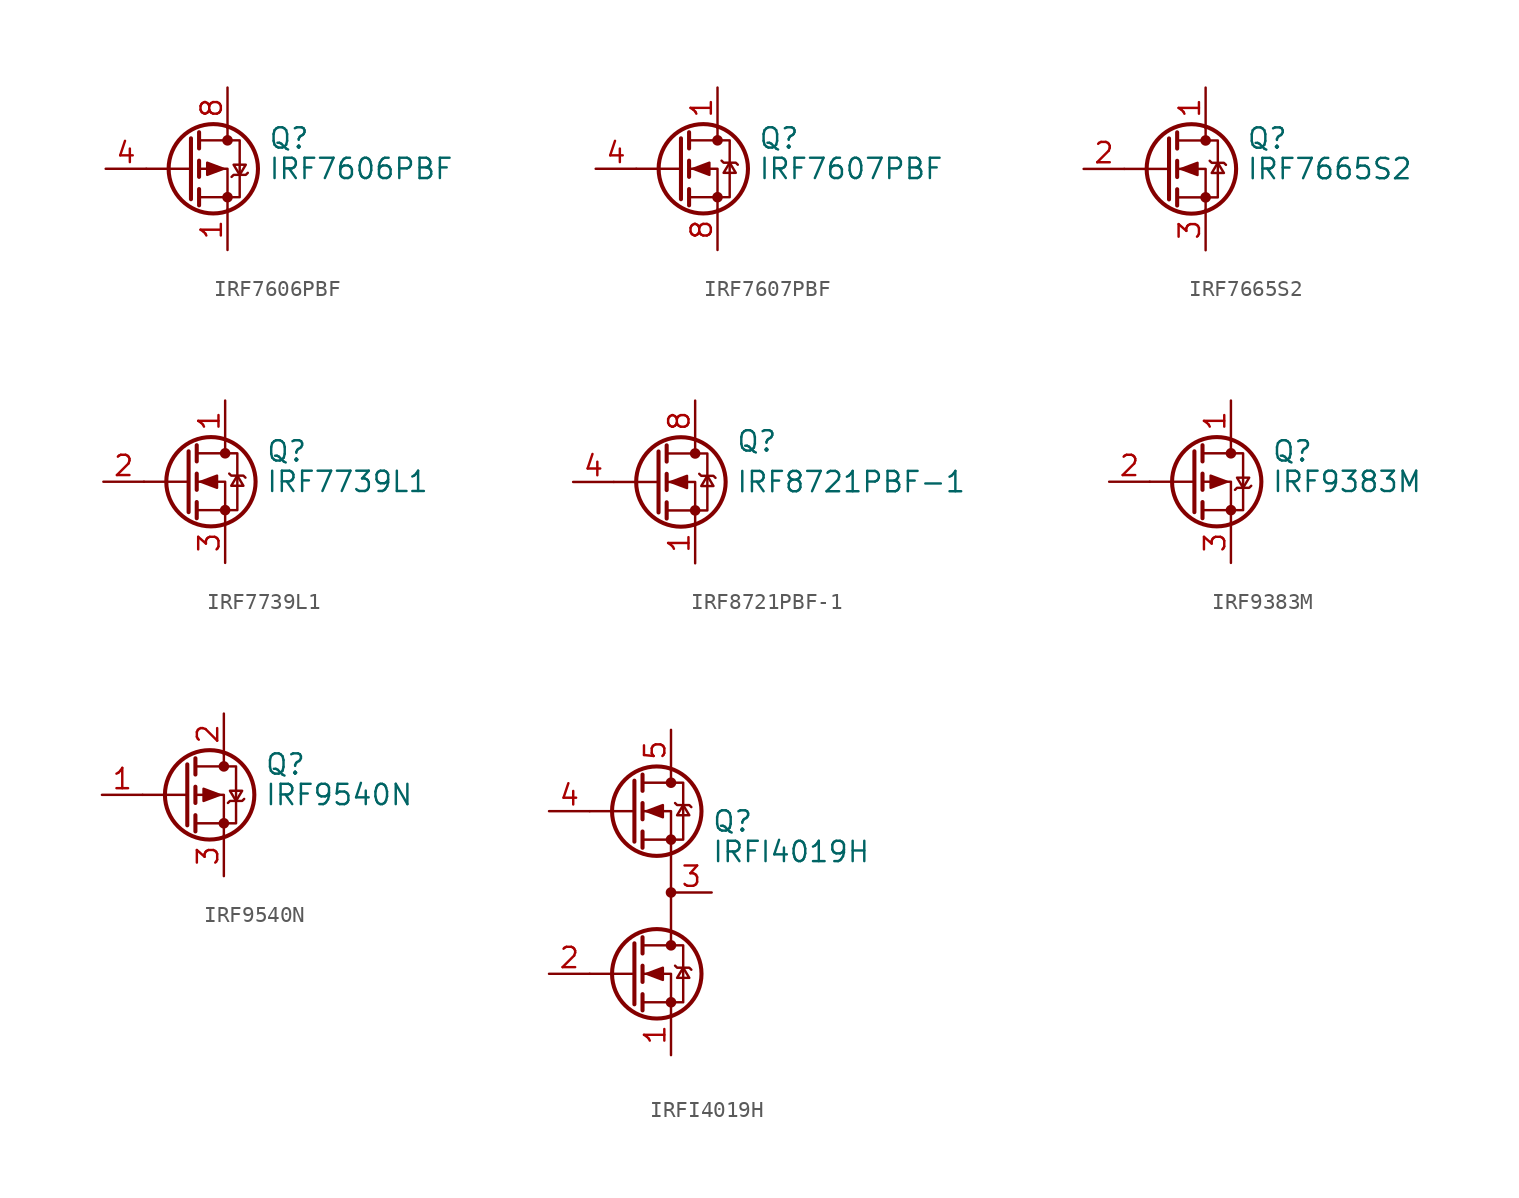
<source format=kicad_sym>
(kicad_symbol_lib
  (version 20210619)
  (generator kicad_symbol_editor)
  (symbol "Transistor_FET:IRF7606PBF"
    (pin_names hide)
    (property "Reference" "Q"
      (at 5.08 1.905 0)
      (effects (font (size 1.27 1.27)) (justify left)))
    (property "Value" "IRF7606PBF"
      (at 5.08 0 0)
      (effects (font (size 1.27 1.27)) (justify left)))
    (symbol "IRF7606PBF_0_1"
      (circle (center 1.651 0) (radius 2.794) (stroke (width 0.254)) (fill (type none)))
      (circle (center 2.54 -1.778) (radius 0.254) (stroke (width 0)) (fill (type outline)))
      (circle (center 2.54 1.778) (radius 0.254) (stroke (width 0)) (fill (type outline)))
      (polyline (pts (xy 0.254 0) (xy -2.54 0)) (stroke (width 0)) (fill (type none)))
      (polyline (pts (xy 0.254 1.905) (xy 0.254 -1.905)) (stroke (width 0.254)) (fill (type none)))
      (polyline (pts (xy 0.762 -1.27) (xy 0.762 -2.286)) (stroke (width 0.254)) (fill (type none)))
      (polyline (pts (xy 0.762 0.508) (xy 0.762 -0.508)) (stroke (width 0.254)) (fill (type none)))
      (polyline (pts (xy 0.762 2.286) (xy 0.762 1.27)) (stroke (width 0.254)) (fill (type none)))
      (polyline (pts (xy 2.54 2.54) (xy 2.54 1.778)) (stroke (width 0)) (fill (type none)))
      (polyline (pts (xy 2.54 -2.54) (xy 2.54 0) (xy 0.762 0)) (stroke (width 0)) (fill (type none)))
      (polyline (pts (xy 0.762 1.778) (xy 3.302 1.778) (xy 3.302 -1.778) (xy 0.762 -1.778)) (stroke (width 0)) (fill (type none)))
      (polyline (pts (xy 2.794 -0.508) (xy 2.921 -0.381) (xy 3.683 -0.381) (xy 3.81 -0.254)) (stroke (width 0)) (fill (type none)))
      (polyline (pts (xy 3.302 -0.381) (xy 2.921 0.254) (xy 3.683 0.254) (xy 3.302 -0.381)) (stroke (width 0)) (fill (type none)))
      (polyline (pts (xy 2.286 0) (xy 1.27 0.381) (xy 1.27 -0.381) (xy 2.286 0)) (stroke (width 0)) (fill (type outline))))
    (symbol "IRF7606PBF_1_1"
      (pin passive line (at 2.54 -5.08 90) (length 2.54) (name "S" (effects (font (size 1.27 1.27)))) (number "1" (effects (font (size 1.27 1.27)))))
      (pin passive line (at 2.54 -5.08 90) (length 2.54) hide (name "S" (effects (font (size 1.27 1.27)))) (number "2" (effects (font (size 1.27 1.27)))))
      (pin passive line (at 2.54 -5.08 90) (length 2.54) hide (name "S" (effects (font (size 1.27 1.27)))) (number "3" (effects (font (size 1.27 1.27)))))
      (pin passive line (at -5.08 0 0) (length 2.54) (name "G" (effects (font (size 1.27 1.27)))) (number "4" (effects (font (size 1.27 1.27)))))
      (pin passive line (at 2.54 5.08 270) (length 2.54) hide (name "D" (effects (font (size 1.27 1.27)))) (number "5" (effects (font (size 1.27 1.27)))))
      (pin passive line (at 2.54 5.08 270) (length 2.54) hide (name "D" (effects (font (size 1.27 1.27)))) (number "6" (effects (font (size 1.27 1.27)))))
      (pin passive line (at 2.54 5.08 270) (length 2.54) hide (name "D" (effects (font (size 1.27 1.27)))) (number "7" (effects (font (size 1.27 1.27)))))
      (pin passive line (at 2.54 5.08 270) (length 2.54) (name "D" (effects (font (size 1.27 1.27)))) (number "8" (effects (font (size 1.27 1.27)))))))
  (symbol "Transistor_FET:IRF7607PBF"
    (pin_names hide)
    (property "Reference" "Q"
      (at 5.08 1.905 0)
      (effects (font (size 1.27 1.27)) (justify left)))
    (property "Value" "IRF7607PBF"
      (at 5.08 0 0)
      (effects (font (size 1.27 1.27)) (justify left)))
    (symbol "IRF7607PBF_0_1"
      (circle (center 1.651 0) (radius 2.794) (stroke (width 0.254)) (fill (type none)))
      (circle (center 2.54 -1.778) (radius 0.254) (stroke (width 0)) (fill (type outline)))
      (circle (center 2.54 1.778) (radius 0.254) (stroke (width 0)) (fill (type outline)))
      (polyline (pts (xy 0.254 0) (xy -2.54 0)) (stroke (width 0)) (fill (type none)))
      (polyline (pts (xy 0.254 1.905) (xy 0.254 -1.905)) (stroke (width 0.254)) (fill (type none)))
      (polyline (pts (xy 0.762 -1.27) (xy 0.762 -2.286)) (stroke (width 0.254)) (fill (type none)))
      (polyline (pts (xy 0.762 0.508) (xy 0.762 -0.508)) (stroke (width 0.254)) (fill (type none)))
      (polyline (pts (xy 0.762 2.286) (xy 0.762 1.27)) (stroke (width 0.254)) (fill (type none)))
      (polyline (pts (xy 2.54 2.54) (xy 2.54 1.778)) (stroke (width 0)) (fill (type none)))
      (polyline (pts (xy 2.54 -2.54) (xy 2.54 0) (xy 0.762 0)) (stroke (width 0)) (fill (type none)))
      (polyline (pts (xy 0.762 -1.778) (xy 3.302 -1.778) (xy 3.302 1.778) (xy 0.762 1.778)) (stroke (width 0)) (fill (type none)))
      (polyline (pts (xy 2.794 0.508) (xy 2.921 0.381) (xy 3.683 0.381) (xy 3.81 0.254)) (stroke (width 0)) (fill (type none)))
      (polyline (pts (xy 3.302 0.381) (xy 2.921 -0.254) (xy 3.683 -0.254) (xy 3.302 0.381)) (stroke (width 0)) (fill (type none)))
      (polyline (pts (xy 1.016 0) (xy 2.032 0.381) (xy 2.032 -0.381) (xy 1.016 0)) (stroke (width 0)) (fill (type outline))))
    (symbol "IRF7607PBF_1_1"
      (pin passive line (at 2.54 5.08 270) (length 2.54) (name "S" (effects (font (size 1.27 1.27)))) (number "1" (effects (font (size 1.27 1.27)))))
      (pin passive line (at 2.54 5.08 270) (length 2.54) hide (name "S" (effects (font (size 1.27 1.27)))) (number "2" (effects (font (size 1.27 1.27)))))
      (pin passive line (at 2.54 5.08 270) (length 2.54) hide (name "S" (effects (font (size 1.27 1.27)))) (number "3" (effects (font (size 1.27 1.27)))))
      (pin passive line (at -5.08 0 0) (length 2.54) (name "G" (effects (font (size 1.27 1.27)))) (number "4" (effects (font (size 1.27 1.27)))))
      (pin passive line (at 2.54 -5.08 90) (length 2.54) hide (name "D" (effects (font (size 1.27 1.27)))) (number "5" (effects (font (size 1.27 1.27)))))
      (pin passive line (at 2.54 -5.08 90) (length 2.54) hide (name "D" (effects (font (size 1.27 1.27)))) (number "6" (effects (font (size 1.27 1.27)))))
      (pin passive line (at 2.54 -5.08 90) (length 2.54) hide (name "D" (effects (font (size 1.27 1.27)))) (number "7" (effects (font (size 1.27 1.27)))))
      (pin passive line (at 2.54 -5.08 90) (length 2.54) (name "D" (effects (font (size 1.27 1.27)))) (number "8" (effects (font (size 1.27 1.27)))))))
  (symbol "Transistor_FET:IRF7665S2"
    (pin_names hide)
    (property "Reference" "Q"
      (at 5.08 1.905 0)
      (effects (font (size 1.27 1.27)) (justify left)))
    (property "Value" "IRF7665S2"
      (at 5.08 0 0)
      (effects (font (size 1.27 1.27)) (justify left)))
    (symbol "IRF7665S2_0_1"
      (circle (center 1.651 0) (radius 2.794) (stroke (width 0.254)) (fill (type none)))
      (circle (center 2.54 -1.778) (radius 0.254) (stroke (width 0)) (fill (type outline)))
      (circle (center 2.54 1.778) (radius 0.254) (stroke (width 0)) (fill (type outline)))
      (polyline (pts (xy 0.254 0) (xy -2.54 0)) (stroke (width 0)) (fill (type none)))
      (polyline (pts (xy 0.254 1.905) (xy 0.254 -1.905)) (stroke (width 0.254)) (fill (type none)))
      (polyline (pts (xy 0.762 -1.27) (xy 0.762 -2.286)) (stroke (width 0.254)) (fill (type none)))
      (polyline (pts (xy 0.762 0.508) (xy 0.762 -0.508)) (stroke (width 0.254)) (fill (type none)))
      (polyline (pts (xy 0.762 2.286) (xy 0.762 1.27)) (stroke (width 0.254)) (fill (type none)))
      (polyline (pts (xy 2.54 2.54) (xy 2.54 1.778)) (stroke (width 0)) (fill (type none)))
      (polyline (pts (xy 2.54 -2.54) (xy 2.54 0) (xy 0.762 0)) (stroke (width 0)) (fill (type none)))
      (polyline (pts (xy 0.762 -1.778) (xy 3.302 -1.778) (xy 3.302 1.778) (xy 0.762 1.778)) (stroke (width 0)) (fill (type none)))
      (polyline (pts (xy 2.794 0.508) (xy 2.921 0.381) (xy 3.683 0.381) (xy 3.81 0.254)) (stroke (width 0)) (fill (type none)))
      (polyline (pts (xy 3.302 0.381) (xy 2.921 -0.254) (xy 3.683 -0.254) (xy 3.302 0.381)) (stroke (width 0)) (fill (type none)))
      (polyline (pts (xy 1.016 0) (xy 2.032 0.381) (xy 2.032 -0.381) (xy 1.016 0)) (stroke (width 0)) (fill (type outline))))
    (symbol "IRF7665S2_1_1"
      (pin passive line (at 2.54 5.08 270) (length 2.54) (name "D" (effects (font (size 1.27 1.27)))) (number "1" (effects (font (size 1.27 1.27)))))
      (pin input line (at -5.08 0 0) (length 2.54) (name "G" (effects (font (size 1.27 1.27)))) (number "2" (effects (font (size 1.27 1.27)))))
      (pin passive line (at 2.54 -5.08 90) (length 2.54) (name "S" (effects (font (size 1.27 1.27)))) (number "3" (effects (font (size 1.27 1.27)))))))
  (symbol "Transistor_FET:IRF7739L1"
    (pin_names hide)
    (property "Reference" "Q"
      (at 5.08 1.905 0)
      (effects (font (size 1.27 1.27)) (justify left)))
    (property "Value" "IRF7739L1"
      (at 5.08 0 0)
      (effects (font (size 1.27 1.27)) (justify left)))
    (symbol "IRF7739L1_0_1"
      (circle (center 1.651 0) (radius 2.794) (stroke (width 0.254)) (fill (type none)))
      (circle (center 2.54 -1.778) (radius 0.254) (stroke (width 0)) (fill (type outline)))
      (circle (center 2.54 1.778) (radius 0.254) (stroke (width 0)) (fill (type outline)))
      (polyline (pts (xy 0.254 0) (xy -2.54 0)) (stroke (width 0)) (fill (type none)))
      (polyline (pts (xy 0.254 1.905) (xy 0.254 -1.905)) (stroke (width 0.254)) (fill (type none)))
      (polyline (pts (xy 0.762 -1.27) (xy 0.762 -2.286)) (stroke (width 0.254)) (fill (type none)))
      (polyline (pts (xy 0.762 0.508) (xy 0.762 -0.508)) (stroke (width 0.254)) (fill (type none)))
      (polyline (pts (xy 0.762 2.286) (xy 0.762 1.27)) (stroke (width 0.254)) (fill (type none)))
      (polyline (pts (xy 2.54 2.54) (xy 2.54 1.778)) (stroke (width 0)) (fill (type none)))
      (polyline (pts (xy 2.54 -2.54) (xy 2.54 0) (xy 0.762 0)) (stroke (width 0)) (fill (type none)))
      (polyline (pts (xy 0.762 -1.778) (xy 3.302 -1.778) (xy 3.302 1.778) (xy 0.762 1.778)) (stroke (width 0)) (fill (type none)))
      (polyline (pts (xy 2.794 0.508) (xy 2.921 0.381) (xy 3.683 0.381) (xy 3.81 0.254)) (stroke (width 0)) (fill (type none)))
      (polyline (pts (xy 3.302 0.381) (xy 2.921 -0.254) (xy 3.683 -0.254) (xy 3.302 0.381)) (stroke (width 0)) (fill (type none)))
      (polyline (pts (xy 1.016 0) (xy 2.032 0.381) (xy 2.032 -0.381) (xy 1.016 0)) (stroke (width 0)) (fill (type outline))))
    (symbol "IRF7739L1_1_1"
      (pin passive line (at 2.54 5.08 270) (length 2.54) (name "D" (effects (font (size 1.27 1.27)))) (number "1" (effects (font (size 1.27 1.27)))))
      (pin input line (at -5.08 0 0) (length 2.54) (name "G" (effects (font (size 1.27 1.27)))) (number "2" (effects (font (size 1.27 1.27)))))
      (pin passive line (at 2.54 -5.08 90) (length 2.54) (name "S" (effects (font (size 1.27 1.27)))) (number "3" (effects (font (size 1.27 1.27)))))))
  (symbol "Transistor_FET:IRF8721PBF-1"
    (pin_names hide)
    (property "Reference" "Q"
      (at 5.08 2.54 0)
      (effects (font (size 1.27 1.27)) (justify left)))
    (property "Value" "IRF8721PBF-1"
      (at 5.08 0 0)
      (effects (font (size 1.27 1.27)) (justify left)))
    (symbol "IRF8721PBF-1_0_1"
      (circle (center 1.651 0) (radius 2.794) (stroke (width 0.254)) (fill (type none)))
      (circle (center 2.54 -1.778) (radius 0.254) (stroke (width 0)) (fill (type outline)))
      (circle (center 2.54 1.778) (radius 0.254) (stroke (width 0)) (fill (type outline)))
      (polyline (pts (xy 0.254 0) (xy -2.54 0)) (stroke (width 0)) (fill (type none)))
      (polyline (pts (xy 0.254 1.905) (xy 0.254 -1.905)) (stroke (width 0.254)) (fill (type none)))
      (polyline (pts (xy 0.762 -1.27) (xy 0.762 -2.286)) (stroke (width 0.254)) (fill (type none)))
      (polyline (pts (xy 0.762 0.508) (xy 0.762 -0.508)) (stroke (width 0.254)) (fill (type none)))
      (polyline (pts (xy 0.762 2.286) (xy 0.762 1.27)) (stroke (width 0.254)) (fill (type none)))
      (polyline (pts (xy 2.54 2.54) (xy 2.54 1.778)) (stroke (width 0)) (fill (type none)))
      (polyline (pts (xy 2.54 -2.54) (xy 2.54 0) (xy 0.762 0)) (stroke (width 0)) (fill (type none)))
      (polyline (pts (xy 0.762 -1.778) (xy 3.302 -1.778) (xy 3.302 1.778) (xy 0.762 1.778)) (stroke (width 0)) (fill (type none)))
      (polyline (pts (xy 2.794 0.508) (xy 2.921 0.381) (xy 3.683 0.381) (xy 3.81 0.254)) (stroke (width 0)) (fill (type none)))
      (polyline (pts (xy 3.302 0.381) (xy 2.921 -0.254) (xy 3.683 -0.254) (xy 3.302 0.381)) (stroke (width 0)) (fill (type none)))
      (polyline (pts (xy 1.016 0) (xy 2.032 0.381) (xy 2.032 -0.381) (xy 1.016 0)) (stroke (width 0)) (fill (type outline))))
    (symbol "IRF8721PBF-1_1_1"
      (pin passive line (at 2.54 -5.08 90) (length 2.54) (name "S" (effects (font (size 1.27 1.27)))) (number "1" (effects (font (size 1.27 1.27)))))
      (pin passive line (at 2.54 -5.08 90) (length 2.54) hide (name "S" (effects (font (size 1.27 1.27)))) (number "2" (effects (font (size 1.27 1.27)))))
      (pin passive line (at 2.54 -5.08 90) (length 2.54) hide (name "S" (effects (font (size 1.27 1.27)))) (number "3" (effects (font (size 1.27 1.27)))))
      (pin input line (at -5.08 0 0) (length 2.54) (name "G" (effects (font (size 1.27 1.27)))) (number "4" (effects (font (size 1.27 1.27)))))
      (pin passive line (at 2.54 5.08 270) (length 2.54) hide (name "D" (effects (font (size 1.27 1.27)))) (number "5" (effects (font (size 1.27 1.27)))))
      (pin passive line (at 2.54 5.08 270) (length 2.54) hide (name "D" (effects (font (size 1.27 1.27)))) (number "6" (effects (font (size 1.27 1.27)))))
      (pin passive line (at 2.54 5.08 270) (length 2.54) hide (name "D" (effects (font (size 1.27 1.27)))) (number "7" (effects (font (size 1.27 1.27)))))
      (pin passive line (at 2.54 5.08 270) (length 2.54) (name "D" (effects (font (size 1.27 1.27)))) (number "8" (effects (font (size 1.27 1.27)))))))
  (symbol "Transistor_FET:IRF9383M"
    (pin_names hide)
    (property "Reference" "Q"
      (at 5.08 1.905 0)
      (effects (font (size 1.27 1.27)) (justify left)))
    (property "Value" "IRF9383M"
      (at 5.08 0 0)
      (effects (font (size 1.27 1.27)) (justify left)))
    (symbol "IRF9383M_0_1"
      (circle (center 1.651 0) (radius 2.794) (stroke (width 0.254)) (fill (type none)))
      (circle (center 2.54 -1.778) (radius 0.254) (stroke (width 0)) (fill (type outline)))
      (circle (center 2.54 1.778) (radius 0.254) (stroke (width 0)) (fill (type outline)))
      (polyline (pts (xy 0.254 0) (xy -2.54 0)) (stroke (width 0)) (fill (type none)))
      (polyline (pts (xy 0.254 1.905) (xy 0.254 -1.905)) (stroke (width 0.254)) (fill (type none)))
      (polyline (pts (xy 0.762 -1.27) (xy 0.762 -2.286)) (stroke (width 0.254)) (fill (type none)))
      (polyline (pts (xy 0.762 0.508) (xy 0.762 -0.508)) (stroke (width 0.254)) (fill (type none)))
      (polyline (pts (xy 0.762 2.286) (xy 0.762 1.27)) (stroke (width 0.254)) (fill (type none)))
      (polyline (pts (xy 2.54 2.54) (xy 2.54 1.778)) (stroke (width 0)) (fill (type none)))
      (polyline (pts (xy 2.54 -2.54) (xy 2.54 0) (xy 0.762 0)) (stroke (width 0)) (fill (type none)))
      (polyline (pts (xy 0.762 1.778) (xy 3.302 1.778) (xy 3.302 -1.778) (xy 0.762 -1.778)) (stroke (width 0)) (fill (type none)))
      (polyline (pts (xy 2.794 -0.508) (xy 2.921 -0.381) (xy 3.683 -0.381) (xy 3.81 -0.254)) (stroke (width 0)) (fill (type none)))
      (polyline (pts (xy 3.302 -0.381) (xy 2.921 0.254) (xy 3.683 0.254) (xy 3.302 -0.381)) (stroke (width 0)) (fill (type none)))
      (polyline (pts (xy 2.286 0) (xy 1.27 0.381) (xy 1.27 -0.381) (xy 2.286 0)) (stroke (width 0)) (fill (type outline))))
    (symbol "IRF9383M_1_1"
      (pin passive line (at 2.54 5.08 270) (length 2.54) (name "D" (effects (font (size 1.27 1.27)))) (number "1" (effects (font (size 1.27 1.27)))))
      (pin input line (at -5.08 0 0) (length 2.54) (name "G" (effects (font (size 1.27 1.27)))) (number "2" (effects (font (size 1.27 1.27)))))
      (pin passive line (at 2.54 -5.08 90) (length 2.54) (name "S" (effects (font (size 1.27 1.27)))) (number "3" (effects (font (size 1.27 1.27)))))))
  (symbol "Transistor_FET:IRF9540N"
    (pin_names hide)
    (property "Reference" "Q"
      (at 5.08 1.905 0)
      (effects (font (size 1.27 1.27)) (justify left)))
    (property "Value" "IRF9540N"
      (at 5.08 0 0)
      (effects (font (size 1.27 1.27)) (justify left)))
    (symbol "IRF9540N_0_1"
      (circle (center 1.651 0) (radius 2.794) (stroke (width 0.254)) (fill (type none)))
      (circle (center 2.54 -1.778) (radius 0.254) (stroke (width 0)) (fill (type outline)))
      (circle (center 2.54 1.778) (radius 0.254) (stroke (width 0)) (fill (type outline)))
      (polyline (pts (xy 0.254 0) (xy -2.54 0)) (stroke (width 0)) (fill (type none)))
      (polyline (pts (xy 0.254 1.905) (xy 0.254 -1.905)) (stroke (width 0.254)) (fill (type none)))
      (polyline (pts (xy 0.762 -1.27) (xy 0.762 -2.286)) (stroke (width 0.254)) (fill (type none)))
      (polyline (pts (xy 0.762 0.508) (xy 0.762 -0.508)) (stroke (width 0.254)) (fill (type none)))
      (polyline (pts (xy 0.762 2.286) (xy 0.762 1.27)) (stroke (width 0.254)) (fill (type none)))
      (polyline (pts (xy 2.54 2.54) (xy 2.54 1.778)) (stroke (width 0)) (fill (type none)))
      (polyline (pts (xy 2.54 -2.54) (xy 2.54 0) (xy 0.762 0)) (stroke (width 0)) (fill (type none)))
      (polyline (pts (xy 0.762 1.778) (xy 3.302 1.778) (xy 3.302 -1.778) (xy 0.762 -1.778)) (stroke (width 0)) (fill (type none)))
      (polyline (pts (xy 2.794 -0.508) (xy 2.921 -0.381) (xy 3.683 -0.381) (xy 3.81 -0.254)) (stroke (width 0)) (fill (type none)))
      (polyline (pts (xy 3.302 -0.381) (xy 2.921 0.254) (xy 3.683 0.254) (xy 3.302 -0.381)) (stroke (width 0)) (fill (type none)))
      (polyline (pts (xy 2.286 0) (xy 1.27 0.381) (xy 1.27 -0.381) (xy 2.286 0)) (stroke (width 0)) (fill (type outline))))
    (symbol "IRF9540N_1_1"
      (pin input line (at -5.08 0 0) (length 2.54) (name "G" (effects (font (size 1.27 1.27)))) (number "1" (effects (font (size 1.27 1.27)))))
      (pin passive line (at 2.54 5.08 270) (length 2.54) (name "D" (effects (font (size 1.27 1.27)))) (number "2" (effects (font (size 1.27 1.27)))))
      (pin passive line (at 2.54 -5.08 90) (length 2.54) (name "S" (effects (font (size 1.27 1.27)))) (number "3" (effects (font (size 1.27 1.27)))))))
  (symbol "Transistor_FET:IRFI4019H"
    (pin_names hide)
    (property "Reference" "Q"
      (at 5.08 4.445 0)
      (effects (font (size 1.27 1.27)) (justify left)))
    (property "Value" "IRFI4019H"
      (at 5.08 2.54 0)
      (effects (font (size 1.27 1.27)) (justify left)))
    (symbol "IRFI4019H_0_1"
      (circle (center 1.651 -5.08) (radius 2.794) (stroke (width 0.254)) (fill (type none)))
      (circle (center 1.651 5.08) (radius 2.794) (stroke (width 0.254)) (fill (type none)))
      (circle (center 2.54 -6.858) (radius 0.254) (stroke (width 0)) (fill (type outline)))
      (circle (center 2.54 -3.302) (radius 0.254) (stroke (width 0)) (fill (type outline)))
      (circle (center 2.54 0) (radius 0.254) (stroke (width 0)) (fill (type outline)))
      (circle (center 2.54 3.302) (radius 0.254) (stroke (width 0)) (fill (type outline)))
      (circle (center 2.54 6.858) (radius 0.254) (stroke (width 0)) (fill (type outline)))
      (polyline (pts (xy 0.254 -5.08) (xy -2.54 -5.08)) (stroke (width 0)) (fill (type none)))
      (polyline (pts (xy 0.254 -3.175) (xy 0.254 -6.985)) (stroke (width 0.254)) (fill (type none)))
      (polyline (pts (xy 0.254 5.08) (xy -2.54 5.08)) (stroke (width 0)) (fill (type none)))
      (polyline (pts (xy 0.254 6.985) (xy 0.254 3.175)) (stroke (width 0.254)) (fill (type none)))
      (polyline (pts (xy 0.762 -6.35) (xy 0.762 -7.366)) (stroke (width 0.254)) (fill (type none)))
      (polyline (pts (xy 0.762 -4.572) (xy 0.762 -5.588)) (stroke (width 0.254)) (fill (type none)))
      (polyline (pts (xy 0.762 -2.794) (xy 0.762 -3.81)) (stroke (width 0.254)) (fill (type none)))
      (polyline (pts (xy 0.762 3.81) (xy 0.762 2.794)) (stroke (width 0.254)) (fill (type none)))
      (polyline (pts (xy 0.762 5.588) (xy 0.762 4.572)) (stroke (width 0.254)) (fill (type none)))
      (polyline (pts (xy 0.762 7.366) (xy 0.762 6.35)) (stroke (width 0.254)) (fill (type none)))
      (polyline (pts (xy 2.54 7.62) (xy 2.54 6.858)) (stroke (width 0)) (fill (type none)))
      (polyline (pts (xy 2.54 -7.62) (xy 2.54 -5.08) (xy 0.762 -5.08)) (stroke (width 0)) (fill (type none)))
      (polyline (pts (xy 2.54 -3.302) (xy 2.54 5.08) (xy 0.762 5.08)) (stroke (width 0)) (fill (type none)))
      (polyline (pts (xy 0.762 -6.858) (xy 3.302 -6.858) (xy 3.302 -3.302) (xy 0.762 -3.302)) (stroke (width 0)) (fill (type none)))
      (polyline (pts (xy 0.762 3.302) (xy 3.302 3.302) (xy 3.302 6.858) (xy 0.762 6.858)) (stroke (width 0)) (fill (type none)))
      (polyline (pts (xy 2.794 -4.572) (xy 2.921 -4.699) (xy 3.683 -4.699) (xy 3.81 -4.826)) (stroke (width 0)) (fill (type none)))
      (polyline (pts (xy 2.794 5.588) (xy 2.921 5.461) (xy 3.683 5.461) (xy 3.81 5.334)) (stroke (width 0)) (fill (type none)))
      (polyline (pts (xy 3.302 -4.699) (xy 2.921 -5.334) (xy 3.683 -5.334) (xy 3.302 -4.699)) (stroke (width 0)) (fill (type none)))
      (polyline (pts (xy 3.302 5.461) (xy 2.921 4.826) (xy 3.683 4.826) (xy 3.302 5.461)) (stroke (width 0)) (fill (type none)))
      (polyline (pts (xy 1.016 -5.08) (xy 2.032 -4.699) (xy 2.032 -5.461) (xy 1.016 -5.08)) (stroke (width 0)) (fill (type outline)))
      (polyline (pts (xy 1.016 5.08) (xy 2.032 5.461) (xy 2.032 4.699) (xy 1.016 5.08)) (stroke (width 0)) (fill (type outline))))
    (symbol "IRFI4019H_1_1"
      (pin passive line (at 2.54 -10.16 90) (length 2.54) (name "S2" (effects (font (size 1.27 1.27)))) (number "1" (effects (font (size 1.27 1.27)))))
      (pin input line (at -5.08 -5.08 0) (length 2.54) (name "G2" (effects (font (size 1.27 1.27)))) (number "2" (effects (font (size 1.27 1.27)))))
      (pin passive line (at 5.08 0 180) (length 2.54) (name "S1/D2" (effects (font (size 1.27 1.27)))) (number "3" (effects (font (size 1.27 1.27)))))
      (pin input line (at -5.08 5.08 0) (length 2.54) (name "G1" (effects (font (size 1.27 1.27)))) (number "4" (effects (font (size 1.27 1.27)))))
      (pin passive line (at 2.54 10.16 270) (length 2.54) (name "D1" (effects (font (size 1.27 1.27)))) (number "5" (effects (font (size 1.27 1.27))))))))
</source>
